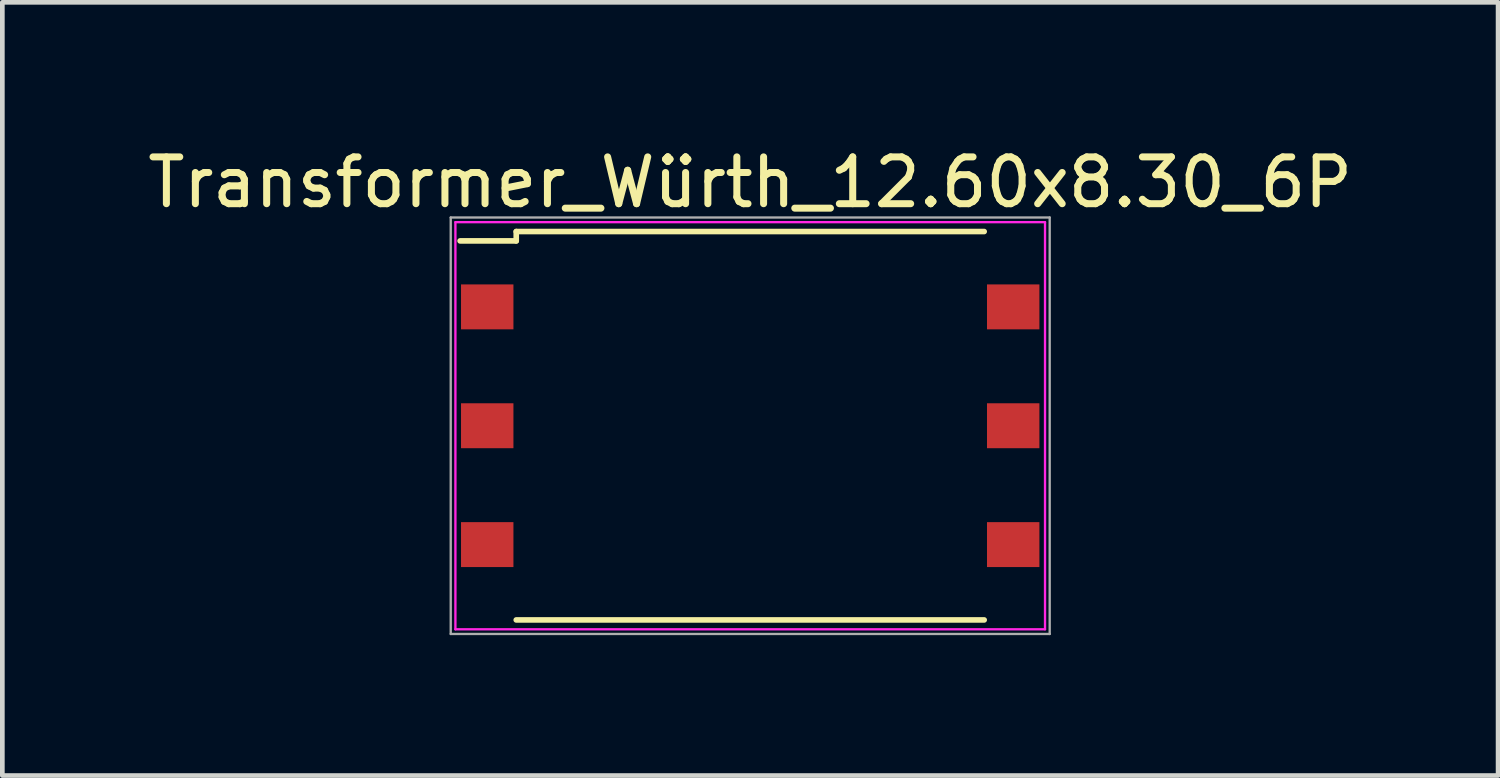
<source format=kicad_pcb>
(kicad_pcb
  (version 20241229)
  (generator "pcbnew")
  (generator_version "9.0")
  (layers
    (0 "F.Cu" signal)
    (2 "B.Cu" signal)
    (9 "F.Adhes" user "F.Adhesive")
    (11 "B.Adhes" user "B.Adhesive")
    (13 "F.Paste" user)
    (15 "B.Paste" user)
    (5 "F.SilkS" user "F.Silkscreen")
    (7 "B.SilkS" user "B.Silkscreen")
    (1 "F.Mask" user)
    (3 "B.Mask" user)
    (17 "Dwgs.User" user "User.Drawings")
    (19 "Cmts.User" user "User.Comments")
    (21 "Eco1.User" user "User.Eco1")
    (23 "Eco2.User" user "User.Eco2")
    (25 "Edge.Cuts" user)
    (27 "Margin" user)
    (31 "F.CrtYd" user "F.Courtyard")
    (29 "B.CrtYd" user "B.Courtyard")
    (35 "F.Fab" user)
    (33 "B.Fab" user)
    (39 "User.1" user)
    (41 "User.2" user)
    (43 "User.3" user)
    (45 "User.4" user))
  (footprint "Transformer_Würth_12.60x8.30_6P"
    (layer "F.Cu")
    (at 12.982 6.048)
    (property "Reference" "Transformer_Würth_12.60x8.30_6P" (at 0 -5.2 0) (layer "F.SilkS") (effects (font (size 1 1) (thickness 0.15))))
    (attr through_hole)
    (fp_line (start -6.2 -3.95) (end -5 -3.95) (stroke (width 0.12) (type solid)) (layer "F.SilkS"))
    (fp_line (start -5 -4.15) (end 5 -4.15) (stroke (width 0.12) (type solid)) (layer "F.SilkS"))
    (fp_line (start -5 -3.95) (end -5 -4.15) (stroke (width 0.12) (type solid)) (layer "F.SilkS"))
    (fp_line (start 5 4.15) (end -5 4.15) (stroke (width 0.12) (type solid)) (layer "F.SilkS"))
    (fp_line (start -6.3 -4.35) (end 6.3 -4.35) (stroke (width 0.05) (type solid)) (layer "F.CrtYd"))
    (fp_line (start -6.3 4.35) (end -6.3 -4.35) (stroke (width 0.05) (type solid)) (layer "F.CrtYd"))
    (fp_line (start 6.3 -4.35) (end 6.3 4.35) (stroke (width 0.05) (type solid)) (layer "F.CrtYd"))
    (fp_line (start 6.3 4.35) (end -6.3 4.35) (stroke (width 0.05) (type solid)) (layer "F.CrtYd"))
    (fp_line (start -6.4 -4.45) (end 6.4 -4.45) (stroke (width 0.05) (type solid)) (layer "F.Fab"))
    (fp_line (start -6.4 4.45) (end -6.4 -4.45) (stroke (width 0.05) (type solid)) (layer "F.Fab"))
    (fp_line (start 6.4 -4.45) (end 6.4 4.45) (stroke (width 0.05) (type solid)) (layer "F.Fab"))
    (fp_line (start 6.4 4.45) (end -6.4 4.45) (stroke (width 0.05) (type solid)) (layer "F.Fab"))
    (pad "1" smd rect (at -5.62 -2.54 180) (size 1.12 0.96) (layers "F.Cu" "F.Mask" "F.Paste"))
    (pad "2" smd rect (at -5.62 0 180) (size 1.12 0.96) (layers "F.Cu" "F.Mask" "F.Paste"))
    (pad "3" smd rect (at -5.62 2.54 180) (size 1.12 0.96) (layers "F.Cu" "F.Mask" "F.Paste"))
    (pad "4" smd rect (at 5.62 2.54 180) (size 1.12 0.96) (layers "F.Cu" "F.Mask" "F.Paste"))
    (pad "5" smd rect (at 5.62 0 180) (size 1.12 0.96) (layers "F.Cu" "F.Mask" "F.Paste"))
    (pad "6" smd rect (at 5.62 -2.54 180) (size 1.12 0.96) (layers "F.Cu" "F.Mask" "F.Paste")))
  (gr_rect
    (start -3 -3)
    (end 28.964 13.523)
    (stroke (width 0.1) (type default))
    (fill no)
    (layer "Edge.Cuts")))
</source>
